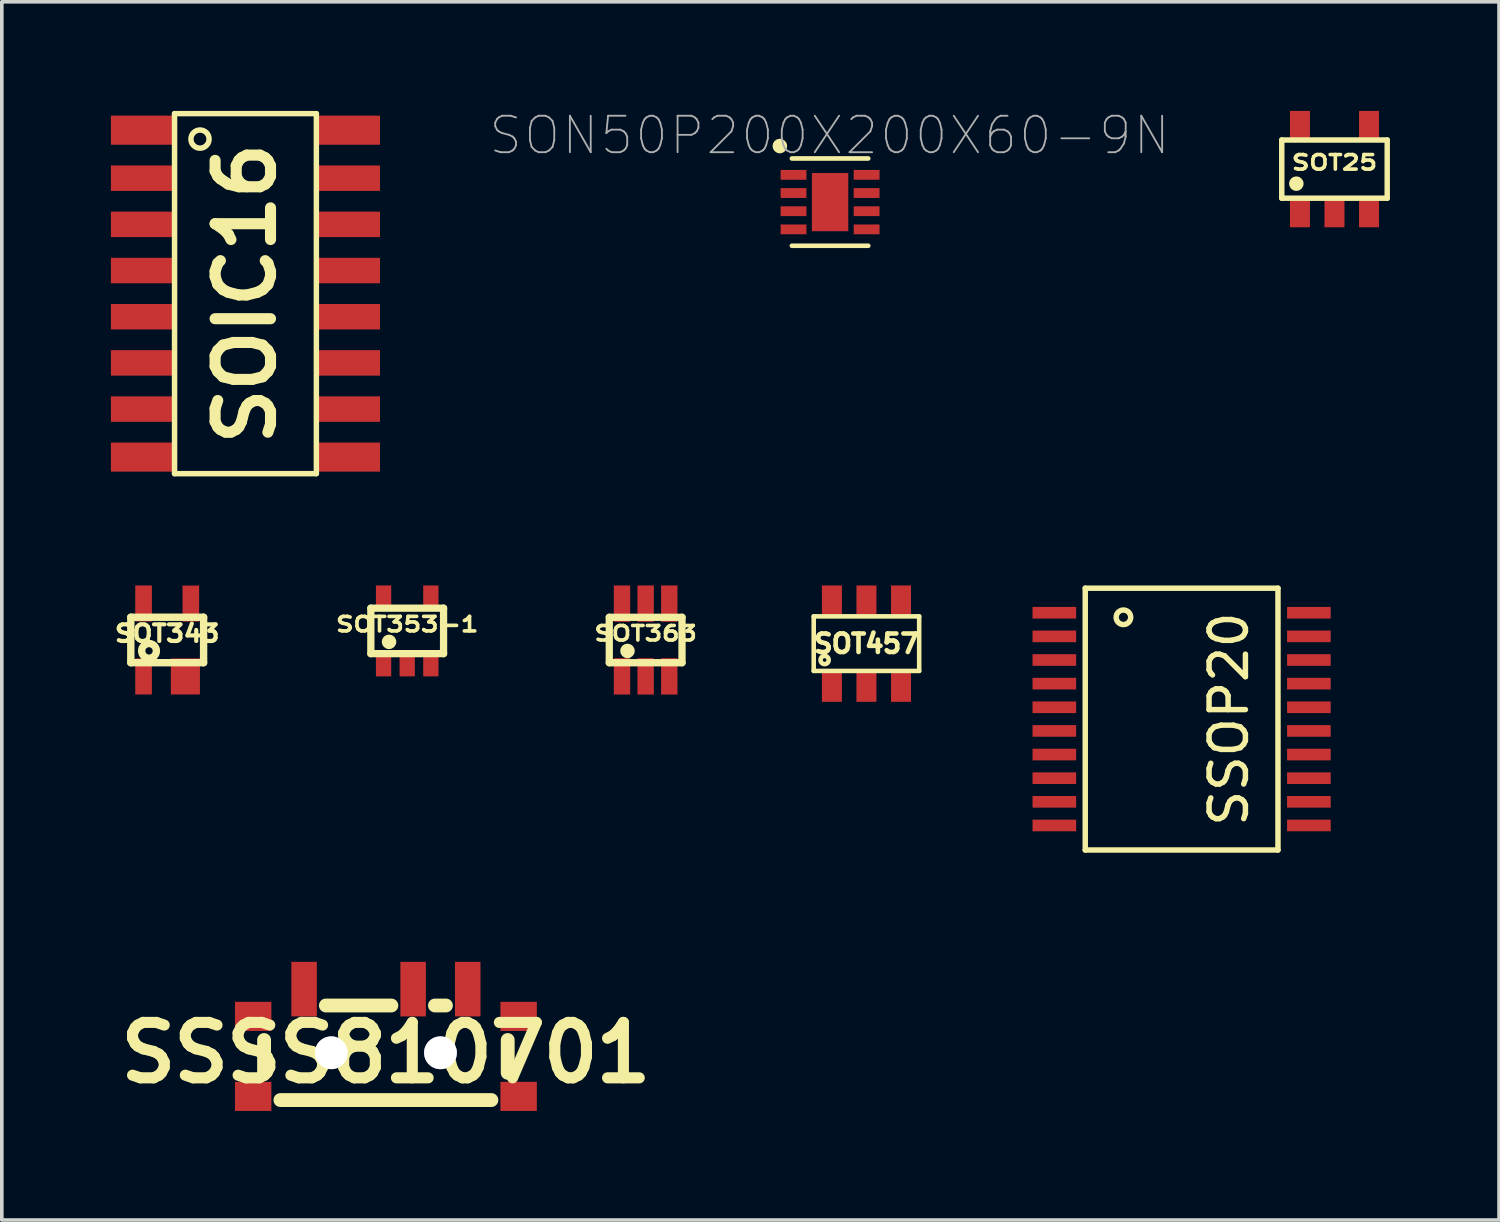
<source format=kicad_pcb>
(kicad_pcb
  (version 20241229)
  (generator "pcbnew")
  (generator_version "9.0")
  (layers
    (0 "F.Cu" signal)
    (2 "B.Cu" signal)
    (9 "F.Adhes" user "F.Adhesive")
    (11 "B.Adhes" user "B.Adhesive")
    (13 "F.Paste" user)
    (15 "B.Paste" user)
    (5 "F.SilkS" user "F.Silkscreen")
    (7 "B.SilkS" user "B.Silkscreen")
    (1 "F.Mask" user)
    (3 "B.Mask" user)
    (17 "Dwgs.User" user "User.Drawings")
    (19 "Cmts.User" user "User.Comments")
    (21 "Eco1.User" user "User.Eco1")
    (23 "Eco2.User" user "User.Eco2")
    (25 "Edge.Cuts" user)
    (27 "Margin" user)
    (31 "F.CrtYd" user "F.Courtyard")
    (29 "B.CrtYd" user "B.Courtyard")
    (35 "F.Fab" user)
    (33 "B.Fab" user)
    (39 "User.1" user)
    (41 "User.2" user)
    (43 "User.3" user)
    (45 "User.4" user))
  (footprint "SOT25"
    (layer "F.Cu")
    (at 33.648 1.6)
    (property "Reference" "SOT25" (at 0 -0.18 0) (layer "F.SilkS") (effects (font (size 0.4 0.5) (thickness 0.1))))
    (attr smd)
    (fp_line (start -1.45 -0.8) (end 1.45 -0.8) (stroke (width 0.15) (type solid)) (layer "F.SilkS"))
    (fp_line (start -1.45 0.8) (end -1.45 -0.8) (stroke (width 0.15) (type solid)) (layer "F.SilkS"))
    (fp_line (start 1.45 -0.8) (end 1.45 0.8) (stroke (width 0.15) (type solid)) (layer "F.SilkS"))
    (fp_line (start 1.45 0.8) (end -1.45 0.8) (stroke (width 0.15) (type solid)) (layer "F.SilkS"))
    (fp_circle (center -1.05 0.4) (end -0.95 0.4) (stroke (width 0.2) (type solid)) (fill no) (layer "F.SilkS"))
    (pad "1" smd rect (at -0.95 1.2) (size 0.55 0.8) (layers "F.Cu" "F.Mask" "F.Paste"))
    (pad "2" smd rect (at 0 1.2) (size 0.55 0.8) (layers "F.Cu" "F.Mask" "F.Paste"))
    (pad "3" smd rect (at 0.95 1.2) (size 0.55 0.8) (layers "F.Cu" "F.Mask" "F.Paste"))
    (pad "4" smd rect (at 0.95 -1.2) (size 0.55 0.8) (layers "F.Cu" "F.Mask" "F.Paste"))
    (pad "5" smd rect (at -0.95 -1.2) (size 0.55 0.8) (layers "F.Cu" "F.Mask" "F.Paste")))
  (footprint "SOIC16"
    (layer "F.Cu")
    (at 3.7 5.025)
    (property "Reference" "SOIC16" (at 0 0 90) (layer "F.SilkS") (effects (font (size 1.524 1.524) (thickness 0.305))))
    (attr smd)
    (fp_line (start -1.95 -4.95) (end 1.95 -4.95) (stroke (width 0.15) (type solid)) (layer "F.SilkS"))
    (fp_line (start -1.95 4.95) (end -1.95 -4.95) (stroke (width 0.15) (type solid)) (layer "F.SilkS"))
    (fp_line (start 1.95 -4.95) (end 1.95 4.95) (stroke (width 0.15) (type solid)) (layer "F.SilkS"))
    (fp_line (start 1.95 4.95) (end -1.95 4.95) (stroke (width 0.15) (type solid)) (layer "F.SilkS"))
    (fp_circle (center -1.25 -4.25) (end -1 -4.25) (stroke (width 0.15) (type solid)) (fill no) (layer "F.SilkS"))
    (pad "1" smd rect (at -2.825 -4.495) (size 1.75 0.8) (layers "F.Cu" "F.Mask" "F.Paste"))
    (pad "2" smd rect (at -2.825 -3.175) (size 1.75 0.7) (layers "F.Cu" "F.Mask" "F.Paste"))
    (pad "3" smd rect (at -2.825 -1.905) (size 1.75 0.7) (layers "F.Cu" "F.Mask" "F.Paste"))
    (pad "4" smd rect (at -2.825 -0.635) (size 1.75 0.7) (layers "F.Cu" "F.Mask" "F.Paste"))
    (pad "5" smd rect (at -2.825 0.635) (size 1.75 0.7) (layers "F.Cu" "F.Mask" "F.Paste"))
    (pad "6" smd rect (at -2.825 1.905) (size 1.75 0.7) (layers "F.Cu" "F.Mask" "F.Paste"))
    (pad "7" smd rect (at -2.825 3.175) (size 1.75 0.7) (layers "F.Cu" "F.Mask" "F.Paste"))
    (pad "8" smd rect (at -2.825 4.495) (size 1.75 0.8) (layers "F.Cu" "F.Mask" "F.Paste"))
    (pad "9" smd rect (at 2.825 4.495) (size 1.75 0.8) (layers "F.Cu" "F.Mask" "F.Paste"))
    (pad "10" smd rect (at 2.825 3.175) (size 1.75 0.7) (layers "F.Cu" "F.Mask" "F.Paste"))
    (pad "11" smd rect (at 2.825 1.905) (size 1.75 0.7) (layers "F.Cu" "F.Mask" "F.Paste"))
    (pad "12" smd rect (at 2.825 0.635) (size 1.75 0.7) (layers "F.Cu" "F.Mask" "F.Paste"))
    (pad "13" smd rect (at 2.825 -0.635) (size 1.75 0.7) (layers "F.Cu" "F.Mask" "F.Paste"))
    (pad "14" smd rect (at 2.825 -1.905) (size 1.75 0.7) (layers "F.Cu" "F.Mask" "F.Paste"))
    (pad "15" smd rect (at 2.825 -3.175) (size 1.75 0.7) (layers "F.Cu" "F.Mask" "F.Paste"))
    (pad "16" smd rect (at 2.825 -4.495) (size 1.75 0.8) (layers "F.Cu" "F.Mask" "F.Paste")))
  (footprint "SOT363"
    (layer "F.Cu")
    (at 14.705 14.55)
    (property "Reference" "SOT363" (at 0 -0.18 0) (layer "F.SilkS") (effects (font (size 0.4 0.5) (thickness 0.12))))
    (attr smd)
    (fp_line (start -1 -0.625) (end 1 -0.625) (stroke (width 0.2) (type solid)) (layer "F.SilkS"))
    (fp_line (start -1 0.625) (end -1 -0.625) (stroke (width 0.2) (type solid)) (layer "F.SilkS"))
    (fp_line (start 1 -0.625) (end 1 0.625) (stroke (width 0.2) (type solid)) (layer "F.SilkS"))
    (fp_line (start 1 0.625) (end -1 0.625) (stroke (width 0.2) (type solid)) (layer "F.SilkS"))
    (fp_circle (center -0.5 0.3) (end -0.4 0.3) (stroke (width 0.2) (type solid)) (fill no) (layer "F.SilkS"))
    (pad "1" smd rect (at -0.65 1) (size 0.45 1) (layers "F.Cu" "F.Mask" "F.Paste"))
    (pad "2" smd rect (at 0 1) (size 0.45 1) (layers "F.Cu" "F.Mask" "F.Paste"))
    (pad "3" smd rect (at 0.65 1) (size 0.45 1) (layers "F.Cu" "F.Mask" "F.Paste"))
    (pad "4" smd rect (at 0.65 -1) (size 0.45 1) (layers "F.Cu" "F.Mask" "F.Paste"))
    (pad "5" smd rect (at 0 -1) (size 0.45 1) (layers "F.Cu" "F.Mask" "F.Paste"))
    (pad "6" smd rect (at -0.65 -1) (size 0.45 1) (layers "F.Cu" "F.Mask" "F.Paste")))
  (footprint "SSSS810701"
    (layer "F.Cu")
    (at 7.562 25.901)
    (property "Reference" "SSSS810701" (at 0 0 0) (layer "F.SilkS") (effects (font (size 1.524 1.524) (thickness 0.305))))
    (attr smd)
    (fp_line (start -3.35 -0.351) (end -3.35 0.551) (stroke (width 0.381) (type solid)) (layer "F.SilkS"))
    (fp_line (start -2.901 1.3) (end 2.901 1.3) (stroke (width 0.381) (type solid)) (layer "F.SilkS"))
    (fp_line (start -1.651 -1.3) (end 0.15 -1.3) (stroke (width 0.381) (type solid)) (layer "F.SilkS"))
    (fp_line (start 1.349 -1.3) (end 1.651 -1.3) (stroke (width 0.381) (type solid)) (layer "F.SilkS"))
    (fp_line (start 3.35 -0.351) (end 3.35 0.551) (stroke (width 0.381) (type solid)) (layer "F.SilkS"))
    (pad "" thru_hole circle (at -1.501 0) (size 0.902 0.902) (drill 0.902) (layers "*.Cu" "*.Mask"))
    (pad "" thru_hole circle (at 1.501 0) (size 0.902 0.902) (drill 0.902) (layers "*.Cu" "*.Mask"))
    (pad "0" smd rect (at -3.65 -1.001) (size 1.001 0.8) (layers "F.Cu" "F.Mask" "F.Paste"))
    (pad "0" smd rect (at -3.65 1.199) (size 1.001 0.8) (layers "F.Cu" "F.Mask" "F.Paste"))
    (pad "0" smd rect (at 3.65 -1.001) (size 1.001 0.8) (layers "F.Cu" "F.Mask" "F.Paste"))
    (pad "0" smd rect (at 3.65 1.199) (size 1.001 0.8) (layers "F.Cu" "F.Mask" "F.Paste"))
    (pad "1" smd rect (at -2.25 -1.75) (size 0.701 1.501) (layers "F.Cu" "F.Mask" "F.Paste"))
    (pad "2" smd rect (at 0.749 -1.75) (size 0.701 1.501) (layers "F.Cu" "F.Mask" "F.Paste"))
    (pad "3" smd rect (at 2.25 -1.75) (size 0.701 1.501) (layers "F.Cu" "F.Mask" "F.Paste")))
  (footprint "SOT457"
    (layer "F.Cu")
    (at 20.777 14.65)
    (property "Reference" "SOT457" (at 0 0 0) (layer "F.SilkS") (effects (font (size 0.508 0.508) (thickness 0.127))))
    (attr smd)
    (fp_line (start -1.45 -0.75) (end 1.45 -0.75) (stroke (width 0.125) (type solid)) (layer "F.SilkS"))
    (fp_line (start -1.45 0.75) (end -1.45 -0.75) (stroke (width 0.125) (type solid)) (layer "F.SilkS"))
    (fp_line (start 1.45 -0.75) (end 1.45 0.75) (stroke (width 0.125) (type solid)) (layer "F.SilkS"))
    (fp_line (start 1.45 0.75) (end -1.45 0.75) (stroke (width 0.125) (type solid)) (layer "F.SilkS"))
    (fp_circle (center -1.15 0.45) (end -1.15 0.5) (stroke (width 0.125) (type solid)) (fill no) (layer "F.SilkS"))
    (pad "1" smd rect (at -0.95 1.2) (size 0.55 0.8) (layers "F.Cu" "F.Mask" "F.Paste"))
    (pad "2" smd rect (at 0 1.2) (size 0.55 0.8) (layers "F.Cu" "F.Mask" "F.Paste"))
    (pad "3" smd rect (at 0.95 1.2) (size 0.55 0.8) (layers "F.Cu" "F.Mask" "F.Paste"))
    (pad "4" smd rect (at 0.95 -1.2) (size 0.55 0.8) (layers "F.Cu" "F.Mask" "F.Paste"))
    (pad "5" smd rect (at 0 -1.2) (size 0.55 0.8) (layers "F.Cu" "F.Mask" "F.Paste"))
    (pad "6" smd rect (at -0.95 -1.2) (size 0.55 0.8) (layers "F.Cu" "F.Mask" "F.Paste")))
  (footprint "SOT343"
    (layer "F.Cu")
    (at 1.548 14.549)
    (property "Reference" "SOT343" (at 0 -0.178 0) (layer "F.SilkS") (effects (font (size 0.457 0.508) (thickness 0.114))))
    (attr smd)
    (fp_line (start -1.001 -0.625) (end 1.001 -0.625) (stroke (width 0.203) (type solid)) (layer "F.SilkS"))
    (fp_line (start -1.001 0.625) (end -1.001 -0.625) (stroke (width 0.203) (type solid)) (layer "F.SilkS"))
    (fp_line (start 1.001 -0.625) (end 1.001 0.625) (stroke (width 0.203) (type solid)) (layer "F.SilkS"))
    (fp_line (start 1.001 0.625) (end -1.001 0.625) (stroke (width 0.203) (type solid)) (layer "F.SilkS"))
    (fp_circle (center -0.5 0.3) (end -0.399 0.3) (stroke (width 0.203) (type solid)) (fill no) (layer "F.SilkS"))
    (pad "1" smd rect (at -0.65 1.003) (size 0.457 0.991) (layers "F.Cu" "F.Mask" "F.Paste"))
    (pad "2" smd rect (at 0.5 1.003) (size 0.8 0.991) (layers "F.Cu" "F.Mask" "F.Paste"))
    (pad "3" smd rect (at 0.65 -1.001) (size 0.457 0.991) (layers "F.Cu" "F.Mask" "F.Paste"))
    (pad "4" smd rect (at -0.65 -1.003) (size 0.457 0.991) (layers "F.Cu" "F.Mask" "F.Paste")))
  (footprint "SOT353-1"
    (layer "F.Cu")
    (at 8.148 14.3)
    (property "Reference" "SOT353-1" (at 0 -0.18 0) (layer "F.SilkS") (effects (font (size 0.4 0.5) (thickness 0.1))))
    (attr smd)
    (fp_line (start -1 -0.625) (end 1 -0.625) (stroke (width 0.2) (type solid)) (layer "F.SilkS"))
    (fp_line (start -1 0.625) (end -1 -0.625) (stroke (width 0.2) (type solid)) (layer "F.SilkS"))
    (fp_line (start 1 -0.625) (end 1 0.625) (stroke (width 0.2) (type solid)) (layer "F.SilkS"))
    (fp_line (start 1 0.625) (end -1 0.625) (stroke (width 0.2) (type solid)) (layer "F.SilkS"))
    (fp_circle (center -0.5 0.3) (end -0.4 0.3) (stroke (width 0.2) (type solid)) (fill no) (layer "F.SilkS"))
    (pad "1" smd rect (at -0.65 0.95) (size 0.42 0.6) (layers "F.Cu" "F.Mask" "F.Paste"))
    (pad "2" smd rect (at 0 0.95) (size 0.42 0.6) (layers "F.Cu" "F.Mask" "F.Paste"))
    (pad "3" smd rect (at 0.65 0.95) (size 0.42 0.6) (layers "F.Cu" "F.Mask" "F.Paste"))
    (pad "4" smd rect (at 0.65 -0.95) (size 0.42 0.6) (layers "F.Cu" "F.Mask" "F.Paste"))
    (pad "5" smd rect (at -0.65 -0.95) (size 0.42 0.6) (layers "F.Cu" "F.Mask" "F.Paste")))
  (footprint "SON50P200X200X60-9N"
    (layer "F.Cu")
    (at 19.777 2.508)
    (property "Reference" "SON50P200X200X60-9N" (at -0.015 -1.834 0) (layer "F.Fab") (effects (font (size 1.003 1.003) (thickness 0.05))))
    (attr smd)
    (fp_line (start -1.05 -1.2) (end 1.05 -1.2) (stroke (width 0.127) (type solid)) (layer "F.SilkS"))
    (fp_line (start -1.05 1.2) (end 1.05 1.2) (stroke (width 0.127) (type solid)) (layer "F.SilkS"))
    (fp_circle (center -1.382 -1.542) (end -1.282 -1.542) (stroke (width 0.2) (type solid)) (fill no) (layer "F.SilkS"))
    (fp_poly (pts (xy -0.32 -0.68) (xy 0.32 -0.68) (xy 0.32 -0.06) (xy -0.32 -0.06)) (stroke (width 0) (type solid)) (fill yes) (layer "F.Paste"))
    (fp_poly (pts (xy -0.32 0.06) (xy 0.32 0.06) (xy 0.32 0.68) (xy -0.32 0.68)) (stroke (width 0) (type solid)) (fill yes) (layer "F.Paste"))
    (fp_line (start -1.61 -1.3) (end 1.61 -1.3) (stroke (width 0.05) (type solid)) (layer "Eco1.User"))
    (fp_line (start -1.61 1.3) (end -1.61 -1.3) (stroke (width 0.05) (type solid)) (layer "Eco1.User"))
    (fp_line (start 1.61 -1.3) (end 1.61 1.3) (stroke (width 0.05) (type solid)) (layer "Eco1.User"))
    (fp_line (start 1.61 1.3) (end -1.61 1.3) (stroke (width 0.05) (type solid)) (layer "Eco1.User"))
    (fp_line (start -1.05 -1.05) (end 1.05 -1.05) (stroke (width 0.127) (type solid)) (layer "Eco2.User"))
    (fp_line (start -1.05 1.05) (end -1.05 -1.05) (stroke (width 0.127) (type solid)) (layer "Eco2.User"))
    (fp_line (start 1.05 -1.05) (end 1.05 1.05) (stroke (width 0.127) (type solid)) (layer "Eco2.User"))
    (fp_line (start 1.05 1.05) (end -1.05 1.05) (stroke (width 0.127) (type solid)) (layer "Eco2.User"))
    (pad "0" smd rect (at 0 0 90) (size 1.6 1) (layers "F.Cu" "F.Mask" "F.Paste"))
    (pad "1" smd rect (at -1.005 -0.75) (size 0.71 0.27) (layers "F.Cu" "F.Mask" "F.Paste"))
    (pad "2" smd rect (at -1.005 -0.25) (size 0.71 0.27) (layers "F.Cu" "F.Mask" "F.Paste"))
    (pad "3" smd rect (at -1.005 0.25) (size 0.71 0.27) (layers "F.Cu" "F.Mask" "F.Paste"))
    (pad "4" smd rect (at -1.005 0.75) (size 0.71 0.27) (layers "F.Cu" "F.Mask" "F.Paste"))
    (pad "5" smd rect (at 1.005 0.75) (size 0.71 0.27) (layers "F.Cu" "F.Mask" "F.Paste"))
    (pad "6" smd rect (at 1.005 0.25) (size 0.71 0.27) (layers "F.Cu" "F.Mask" "F.Paste"))
    (pad "7" smd rect (at 1.005 -0.25) (size 0.71 0.27) (layers "F.Cu" "F.Mask" "F.Paste"))
    (pad "8" smd rect (at 1.005 -0.75) (size 0.71 0.27) (layers "F.Cu" "F.Mask" "F.Paste")))
  (footprint "SSOP20"
    (layer "F.Cu")
    (at 29.444 16.725)
    (property "Reference" "SSOP20" (at 1.3 0 90) (layer "F.SilkS") (effects (font (size 1 1) (thickness 0.15))))
    (attr smd)
    (fp_line (start -2.65 -3.6) (end 2.65 -3.6) (stroke (width 0.15) (type solid)) (layer "F.SilkS"))
    (fp_line (start -2.65 3.6) (end -2.65 -3.6) (stroke (width 0.15) (type solid)) (layer "F.SilkS"))
    (fp_line (start 2.65 -3.6) (end 2.65 3.6) (stroke (width 0.15) (type solid)) (layer "F.SilkS"))
    (fp_line (start 2.65 3.6) (end -2.65 3.6) (stroke (width 0.15) (type solid)) (layer "F.SilkS"))
    (fp_circle (center -1.6 -2.8) (end -1.6 -3) (stroke (width 0.15) (type solid)) (fill no) (layer "F.SilkS"))
    (pad "1" smd rect (at -3.5 -2.925) (size 1.2 0.32) (layers "F.Cu" "F.Mask" "F.Paste"))
    (pad "2" smd rect (at -3.5 -2.275) (size 1.2 0.32) (layers "F.Cu" "F.Mask" "F.Paste"))
    (pad "3" smd rect (at -3.5 -1.625) (size 1.2 0.32) (layers "F.Cu" "F.Mask" "F.Paste"))
    (pad "4" smd rect (at -3.5 -0.975) (size 1.2 0.32) (layers "F.Cu" "F.Mask" "F.Paste"))
    (pad "5" smd rect (at -3.5 -0.325) (size 1.2 0.32) (layers "F.Cu" "F.Mask" "F.Paste"))
    (pad "6" smd rect (at -3.5 0.325) (size 1.2 0.32) (layers "F.Cu" "F.Mask" "F.Paste"))
    (pad "7" smd rect (at -3.5 0.975) (size 1.2 0.32) (layers "F.Cu" "F.Mask" "F.Paste"))
    (pad "8" smd rect (at -3.5 1.625) (size 1.2 0.32) (layers "F.Cu" "F.Mask" "F.Paste"))
    (pad "9" smd rect (at -3.5 2.275) (size 1.2 0.32) (layers "F.Cu" "F.Mask" "F.Paste"))
    (pad "10" smd rect (at -3.5 2.925) (size 1.2 0.32) (layers "F.Cu" "F.Mask" "F.Paste"))
    (pad "11" smd rect (at 3.5 2.925) (size 1.2 0.32) (layers "F.Cu" "F.Mask" "F.Paste"))
    (pad "12" smd rect (at 3.5 2.275) (size 1.2 0.32) (layers "F.Cu" "F.Mask" "F.Paste"))
    (pad "13" smd rect (at 3.5 1.625) (size 1.2 0.32) (layers "F.Cu" "F.Mask" "F.Paste"))
    (pad "14" smd rect (at 3.5 0.975) (size 1.2 0.32) (layers "F.Cu" "F.Mask" "F.Paste"))
    (pad "15" smd rect (at 3.5 0.325) (size 1.2 0.32) (layers "F.Cu" "F.Mask" "F.Paste"))
    (pad "16" smd rect (at 3.5 -0.325) (size 1.2 0.32) (layers "F.Cu" "F.Mask" "F.Paste"))
    (pad "17" smd rect (at 3.5 -0.975) (size 1.2 0.32) (layers "F.Cu" "F.Mask" "F.Paste"))
    (pad "18" smd rect (at 3.5 -1.625) (size 1.2 0.32) (layers "F.Cu" "F.Mask" "F.Paste"))
    (pad "19" smd rect (at 3.5 -2.275) (size 1.2 0.32) (layers "F.Cu" "F.Mask" "F.Paste"))
    (pad "20" smd rect (at 3.5 -2.925) (size 1.2 0.32) (layers "F.Cu" "F.Mask" "F.Paste")))
  (gr_rect
    (start -3 -3)
    (end 38.173 30.5)
    (stroke (width 0.1) (type default))
    (fill no)
    (layer "Edge.Cuts")))
</source>
